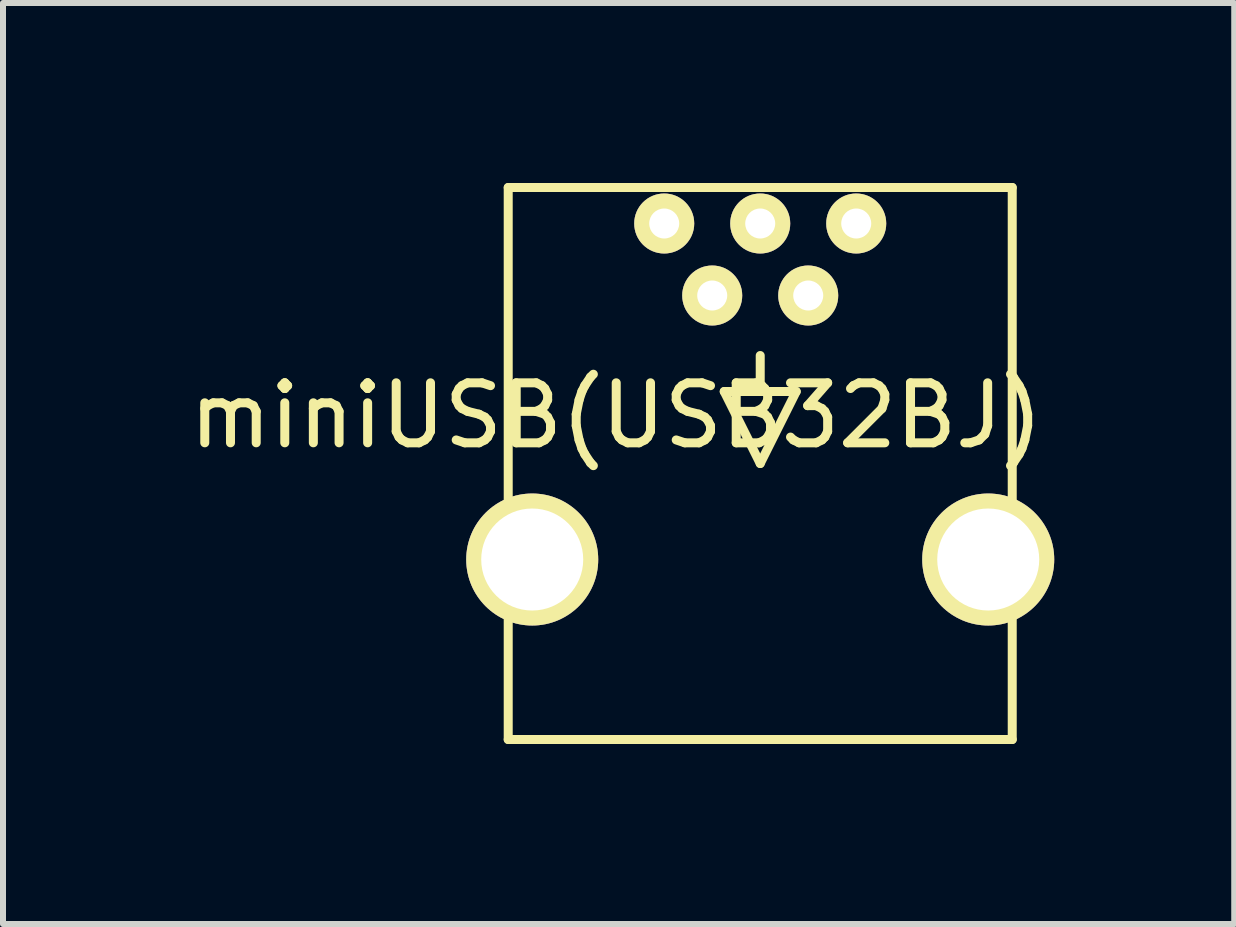
<source format=kicad_pcb>
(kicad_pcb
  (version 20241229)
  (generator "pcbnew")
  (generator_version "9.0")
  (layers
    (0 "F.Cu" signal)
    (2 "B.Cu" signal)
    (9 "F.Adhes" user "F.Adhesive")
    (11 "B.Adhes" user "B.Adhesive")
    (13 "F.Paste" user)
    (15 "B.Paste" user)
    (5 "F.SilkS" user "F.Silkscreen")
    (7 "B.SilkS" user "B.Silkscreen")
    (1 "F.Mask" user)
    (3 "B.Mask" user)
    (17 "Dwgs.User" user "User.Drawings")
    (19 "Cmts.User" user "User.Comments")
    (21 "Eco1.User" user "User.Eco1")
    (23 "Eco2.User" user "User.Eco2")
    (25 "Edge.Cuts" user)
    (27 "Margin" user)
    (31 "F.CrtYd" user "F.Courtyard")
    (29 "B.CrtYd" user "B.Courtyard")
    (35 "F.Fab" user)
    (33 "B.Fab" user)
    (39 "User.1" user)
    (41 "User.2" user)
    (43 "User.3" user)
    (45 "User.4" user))
  (footprint "miniUSB(USB32BJ)"
    (layer "F.Cu")
    (at 9.62 0.675)
    (property "Reference" "miniUSB(USB32BJ)" (at -2.4 3.2 0) (layer "F.SilkS") (effects (font (size 1 1) (thickness 0.15))))
    (attr through_hole)
    (fp_line (start -4.2 -0.6) (end -4.2 8.6) (stroke (width 0.15) (type solid)) (layer "F.SilkS"))
    (fp_line (start -4.2 8.6) (end 4.2 8.6) (stroke (width 0.15) (type solid)) (layer "F.SilkS"))
    (fp_line (start -0.6 2.8) (end 0.6 2.8) (stroke (width 0.15) (type solid)) (layer "F.SilkS"))
    (fp_line (start 0 2.8) (end 0 2.2) (stroke (width 0.15) (type solid)) (layer "F.SilkS"))
    (fp_line (start 0 4) (end -0.6 2.8) (stroke (width 0.15) (type solid)) (layer "F.SilkS"))
    (fp_line (start 0.6 2.8) (end 0 4) (stroke (width 0.15) (type solid)) (layer "F.SilkS"))
    (fp_line (start 4.2 -0.6) (end -4.2 -0.6) (stroke (width 0.15) (type solid)) (layer "F.SilkS"))
    (fp_line (start 4.2 8.6) (end 4.2 -0.6) (stroke (width 0.15) (type solid)) (layer "F.SilkS"))
    (pad "1" thru_hole circle (at -1.6 0) (size 1 1) (drill 0.5) (layers "*.Cu" "*.Mask" "F.SilkS"))
    (pad "2" thru_hole circle (at -0.8 1.2) (size 1 1) (drill 0.5) (layers "*.Cu" "*.Mask" "F.SilkS"))
    (pad "3" thru_hole circle (at 0 0) (size 1 1) (drill 0.5) (layers "*.Cu" "*.Mask" "F.SilkS"))
    (pad "4" thru_hole circle (at 0.8 1.2) (size 1 1) (drill 0.5) (layers "*.Cu" "*.Mask" "F.SilkS"))
    (pad "5" thru_hole circle (at 1.6 0) (size 1 1) (drill 0.5) (layers "*.Cu" "*.Mask" "F.SilkS"))
    (pad "6" thru_hole circle (at 3.8 5.6) (size 2.2 2.2) (drill 1.7) (layers "*.Cu" "*.Mask" "F.SilkS"))
    (pad "7" thru_hole circle (at -3.8 5.6) (size 2.2 2.2) (drill 1.7) (layers "*.Cu" "*.Mask" "F.SilkS")))
  (gr_rect
    (start -3 -3)
    (end 17.52 12.35)
    (stroke (width 0.1) (type default))
    (fill no)
    (layer "Edge.Cuts")))
</source>
